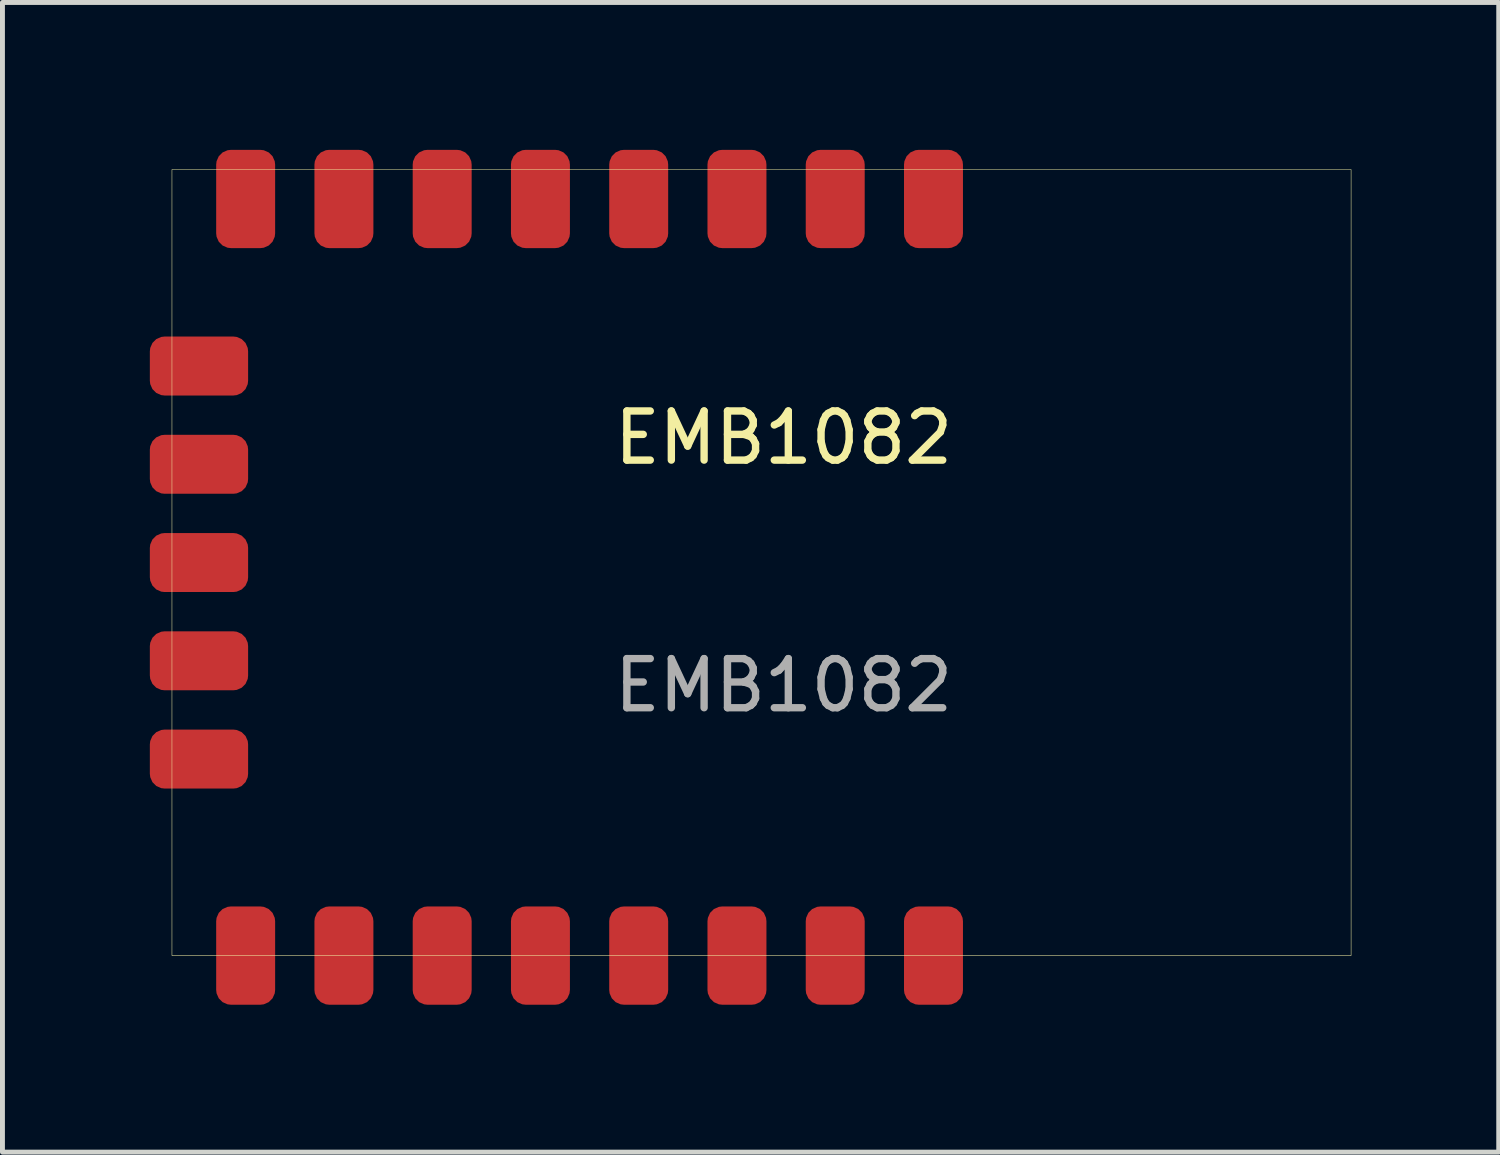
<source format=kicad_pcb>
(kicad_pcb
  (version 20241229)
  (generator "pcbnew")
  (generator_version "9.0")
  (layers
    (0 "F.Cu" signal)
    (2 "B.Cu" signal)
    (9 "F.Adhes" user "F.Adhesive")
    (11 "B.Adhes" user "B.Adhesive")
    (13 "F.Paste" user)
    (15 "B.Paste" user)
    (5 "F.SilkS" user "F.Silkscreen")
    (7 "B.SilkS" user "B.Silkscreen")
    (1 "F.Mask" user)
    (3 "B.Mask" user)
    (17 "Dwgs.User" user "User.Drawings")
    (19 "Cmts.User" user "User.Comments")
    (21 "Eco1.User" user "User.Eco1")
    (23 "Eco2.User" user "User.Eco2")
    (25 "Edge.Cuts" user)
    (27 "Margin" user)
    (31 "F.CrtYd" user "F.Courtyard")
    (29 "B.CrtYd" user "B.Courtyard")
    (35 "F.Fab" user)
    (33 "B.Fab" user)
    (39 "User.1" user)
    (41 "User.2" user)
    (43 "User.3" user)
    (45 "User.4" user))
  (footprint "EMB1082"
    (layer "F.Cu")
    (at 12.9 8.4)
    (property "Reference" "EMB1082" (at 0 -2.54 0) (unlocked yes) (layer "F.SilkS") (effects (font (size 1 1) (thickness 0.15))))
    (attr smd)
    (fp_rect (start -12.45 -8) (end 11.55 8) (stroke (width 0.01) (type default)) (fill no) (layer "F.SilkS"))
    (fp_text user "${REFERENCE}" (at 0 2.5 0) (unlocked yes) (layer "F.Fab") (effects (font (size 1 1) (thickness 0.15))))
    (pad "1" smd roundrect (at 3.05 -7.4 90) (size 2 1.2) (layers "F.Cu" "F.Mask" "F.Paste") (roundrect_rratio 0.25))
    (pad "2" smd roundrect (at 1.05 -7.4 90) (size 2 1.2) (layers "F.Cu" "F.Mask" "F.Paste") (roundrect_rratio 0.25))
    (pad "3" smd roundrect (at -0.95 -7.4 90) (size 2 1.2) (layers "F.Cu" "F.Mask" "F.Paste") (roundrect_rratio 0.25))
    (pad "4" smd roundrect (at -2.95 -7.4 90) (size 2 1.2) (layers "F.Cu" "F.Mask" "F.Paste") (roundrect_rratio 0.25))
    (pad "5" smd roundrect (at -4.95 -7.4 90) (size 2 1.2) (layers "F.Cu" "F.Mask" "F.Paste") (roundrect_rratio 0.25))
    (pad "6" smd roundrect (at -6.95 -7.4 90) (size 2 1.2) (layers "F.Cu" "F.Mask" "F.Paste") (roundrect_rratio 0.25))
    (pad "7" smd roundrect (at -8.95 -7.4 90) (size 2 1.2) (layers "F.Cu" "F.Mask" "F.Paste") (roundrect_rratio 0.25))
    (pad "8" smd roundrect (at -10.95 -7.4 90) (size 2 1.2) (layers "F.Cu" "F.Mask" "F.Paste") (roundrect_rratio 0.25))
    (pad "9" smd roundrect (at -10.95 8 90) (size 2 1.2) (layers "F.Cu" "F.Mask" "F.Paste") (roundrect_rratio 0.25))
    (pad "10" smd roundrect (at -8.95 8 90) (size 2 1.2) (layers "F.Cu" "F.Mask" "F.Paste") (roundrect_rratio 0.25))
    (pad "11" smd roundrect (at -6.95 8 90) (size 2 1.2) (layers "F.Cu" "F.Mask" "F.Paste") (roundrect_rratio 0.25))
    (pad "12" smd roundrect (at -4.95 8 90) (size 2 1.2) (layers "F.Cu" "F.Mask" "F.Paste") (roundrect_rratio 0.25))
    (pad "13" smd roundrect (at -2.95 8 90) (size 2 1.2) (layers "F.Cu" "F.Mask" "F.Paste") (roundrect_rratio 0.25))
    (pad "14" smd roundrect (at -0.95 8 90) (size 2 1.2) (layers "F.Cu" "F.Mask" "F.Paste") (roundrect_rratio 0.25))
    (pad "15" smd roundrect (at 1.05 8 90) (size 2 1.2) (layers "F.Cu" "F.Mask" "F.Paste") (roundrect_rratio 0.25))
    (pad "16" smd roundrect (at 3.05 8 90) (size 2 1.2) (layers "F.Cu" "F.Mask" "F.Paste") (roundrect_rratio 0.25))
    (pad "17" smd roundrect (at -11.9 -2 180) (size 2 1.2) (layers "F.Cu" "F.Mask" "F.Paste") (roundrect_rratio 0.25))
    (pad "18" smd roundrect (at -11.9 0 180) (size 2 1.2) (layers "F.Cu" "F.Mask" "F.Paste") (roundrect_rratio 0.25))
    (pad "19" smd roundrect (at -11.9 2 180) (size 2 1.2) (layers "F.Cu" "F.Mask" "F.Paste") (roundrect_rratio 0.25))
    (pad "20" smd roundrect (at -11.9 4 180) (size 2 1.2) (layers "F.Cu" "F.Mask" "F.Paste") (roundrect_rratio 0.25))
    (pad "21" smd roundrect (at -11.9 -4 180) (size 2 1.2) (layers "F.Cu" "F.Mask" "F.Paste") (roundrect_rratio 0.25)))
  (gr_rect
    (start -3 -3)
    (end 27.455 20.4)
    (stroke (width 0.1) (type default))
    (fill no)
    (layer "Edge.Cuts")))
</source>
